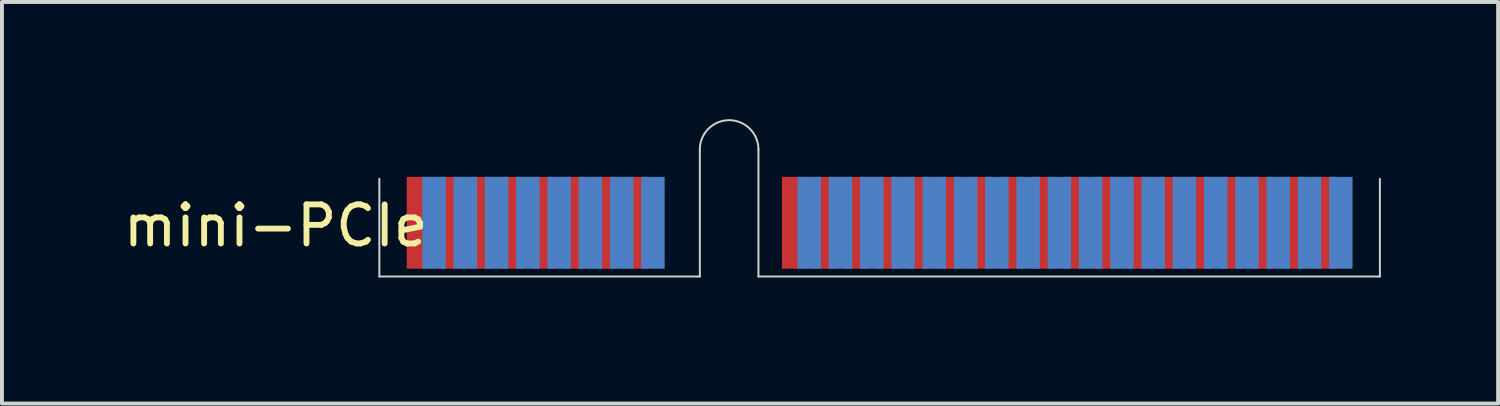
<source format=kicad_pcb>
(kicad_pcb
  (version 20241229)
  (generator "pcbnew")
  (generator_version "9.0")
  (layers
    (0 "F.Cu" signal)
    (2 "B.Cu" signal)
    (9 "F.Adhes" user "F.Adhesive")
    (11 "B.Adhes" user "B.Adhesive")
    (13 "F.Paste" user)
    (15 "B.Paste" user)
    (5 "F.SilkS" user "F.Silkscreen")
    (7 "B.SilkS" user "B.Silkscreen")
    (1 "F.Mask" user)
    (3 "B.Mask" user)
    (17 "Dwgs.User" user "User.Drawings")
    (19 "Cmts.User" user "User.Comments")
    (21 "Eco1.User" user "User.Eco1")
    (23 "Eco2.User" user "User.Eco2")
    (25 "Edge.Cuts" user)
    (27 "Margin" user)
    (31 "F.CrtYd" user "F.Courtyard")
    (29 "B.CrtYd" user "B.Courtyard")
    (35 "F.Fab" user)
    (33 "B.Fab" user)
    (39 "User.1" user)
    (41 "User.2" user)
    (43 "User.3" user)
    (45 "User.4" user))
  (footprint "mini-PCIe"
    (layer "F.Cu")
    (at 15.606 4.025)
    (property "Reference" "mini-PCIe" (at -11.6 -1.3 0) (layer "F.SilkS") (effects (font (size 1 1) (thickness 0.15))))
    (attr through_hole)
    (fp_line (start -8.95 0) (end -8.95 -2.5) (stroke (width 0.05) (type solid)) (layer "Edge.Cuts"))
    (fp_line (start -0.75 0) (end -8.95 0) (stroke (width 0.05) (type solid)) (layer "Edge.Cuts"))
    (fp_line (start -0.75 0) (end -0.75 -3.25) (stroke (width 0.05) (type solid)) (layer "Edge.Cuts"))
    (fp_line (start 0.75 0) (end 0.75 -3.25) (stroke (width 0.05) (type solid)) (layer "Edge.Cuts"))
    (fp_line (start 0.75 0) (end 16.65 0) (stroke (width 0.05) (type solid)) (layer "Edge.Cuts"))
    (fp_line (start 16.65 0) (end 16.65 -2.5) (stroke (width 0.05) (type solid)) (layer "Edge.Cuts"))
    (fp_arc (start -0.75 -3.25) (mid 0 -4) (end 0.75 -3.25) (stroke (width 0.05) (type solid)) (layer "Edge.Cuts"))
    (pad "1" smd rect (at -7.95 -1.375) (size 0.6 2.35) (layers "F.Cu" "F.Mask"))
    (pad "2" smd rect (at -7.55 -1.375) (size 0.6 2.35) (layers "B.Cu" "B.Mask"))
    (pad "3" smd rect (at -7.15 -1.375) (size 0.6 2.35) (layers "F.Cu" "F.Mask"))
    (pad "4" smd rect (at -6.75 -1.375) (size 0.6 2.35) (layers "B.Cu" "B.Mask"))
    (pad "5" smd rect (at -6.35 -1.375) (size 0.6 2.35) (layers "F.Cu" "F.Mask"))
    (pad "6" smd rect (at -5.95 -1.375) (size 0.6 2.35) (layers "B.Cu" "B.Mask"))
    (pad "7" smd rect (at -5.55 -1.375) (size 0.6 2.35) (layers "F.Cu" "F.Mask"))
    (pad "8" smd rect (at -5.15 -1.375) (size 0.6 2.35) (layers "B.Cu" "B.Mask"))
    (pad "9" smd rect (at -4.75 -1.375) (size 0.6 2.35) (layers "F.Cu" "F.Mask"))
    (pad "10" smd rect (at -4.35 -1.375) (size 0.6 2.35) (layers "B.Cu" "B.Mask"))
    (pad "11" smd rect (at -3.95 -1.375) (size 0.6 2.35) (layers "F.Cu" "F.Mask"))
    (pad "12" smd rect (at -3.55 -1.375) (size 0.6 2.35) (layers "B.Cu" "B.Mask"))
    (pad "13" smd rect (at -3.15 -1.375) (size 0.6 2.35) (layers "F.Cu" "F.Mask"))
    (pad "14" smd rect (at -2.75 -1.375) (size 0.6 2.35) (layers "B.Cu" "B.Mask"))
    (pad "15" smd rect (at -2.35 -1.375) (size 0.6 2.35) (layers "F.Cu" "F.Mask"))
    (pad "16" smd rect (at -1.95 -1.375) (size 0.6 2.35) (layers "B.Cu" "B.Mask"))
    (pad "17" smd rect (at 1.65 -1.375) (size 0.6 2.35) (layers "F.Cu" "F.Mask"))
    (pad "18" smd rect (at 2.05 -1.375) (size 0.6 2.35) (layers "B.Cu" "B.Mask"))
    (pad "19" smd rect (at 2.45 -1.375) (size 0.6 2.35) (layers "F.Cu" "F.Mask"))
    (pad "20" smd rect (at 2.85 -1.375) (size 0.6 2.35) (layers "B.Cu" "B.Mask"))
    (pad "21" smd rect (at 3.25 -1.375) (size 0.6 2.35) (layers "F.Cu" "F.Mask"))
    (pad "22" smd rect (at 3.65 -1.375) (size 0.6 2.35) (layers "B.Cu" "B.Mask"))
    (pad "23" smd rect (at 4.05 -1.375) (size 0.6 2.35) (layers "F.Cu" "F.Mask"))
    (pad "24" smd rect (at 4.45 -1.375) (size 0.6 2.35) (layers "B.Cu" "B.Mask"))
    (pad "25" smd rect (at 4.85 -1.375) (size 0.6 2.35) (layers "F.Cu" "F.Mask"))
    (pad "26" smd rect (at 5.25 -1.375) (size 0.6 2.35) (layers "B.Cu" "B.Mask"))
    (pad "27" smd rect (at 5.65 -1.375) (size 0.6 2.35) (layers "F.Cu" "F.Mask"))
    (pad "28" smd rect (at 6.05 -1.375) (size 0.6 2.35) (layers "B.Cu" "B.Mask"))
    (pad "29" smd rect (at 6.45 -1.375) (size 0.6 2.35) (layers "F.Cu" "F.Mask"))
    (pad "30" smd rect (at 6.85 -1.375) (size 0.6 2.35) (layers "B.Cu" "B.Mask"))
    (pad "31" smd rect (at 7.25 -1.375) (size 0.6 2.35) (layers "F.Cu" "F.Mask"))
    (pad "32" smd rect (at 7.65 -1.375) (size 0.6 2.35) (layers "B.Cu" "B.Mask"))
    (pad "33" smd rect (at 8.05 -1.375) (size 0.6 2.35) (layers "F.Cu" "F.Mask"))
    (pad "34" smd rect (at 8.45 -1.375) (size 0.6 2.35) (layers "B.Cu" "B.Mask"))
    (pad "35" smd rect (at 8.85 -1.375) (size 0.6 2.35) (layers "F.Cu" "F.Mask"))
    (pad "36" smd rect (at 9.25 -1.375) (size 0.6 2.35) (layers "B.Cu" "B.Mask"))
    (pad "37" smd rect (at 9.65 -1.375) (size 0.6 2.35) (layers "F.Cu" "F.Mask"))
    (pad "38" smd rect (at 10.05 -1.375) (size 0.6 2.35) (layers "B.Cu" "B.Mask"))
    (pad "39" smd rect (at 10.45 -1.375) (size 0.6 2.35) (layers "F.Cu" "F.Mask"))
    (pad "40" smd rect (at 10.85 -1.375) (size 0.6 2.35) (layers "B.Cu" "B.Mask"))
    (pad "41" smd rect (at 11.25 -1.375) (size 0.6 2.35) (layers "F.Cu" "F.Mask"))
    (pad "42" smd rect (at 11.65 -1.375) (size 0.6 2.35) (layers "B.Cu" "B.Mask"))
    (pad "43" smd rect (at 12.05 -1.375) (size 0.6 2.35) (layers "F.Cu" "F.Mask"))
    (pad "44" smd rect (at 12.45 -1.375) (size 0.6 2.35) (layers "B.Cu" "B.Mask"))
    (pad "45" smd rect (at 12.85 -1.375) (size 0.6 2.35) (layers "F.Cu" "F.Mask"))
    (pad "46" smd rect (at 13.25 -1.375) (size 0.6 2.35) (layers "B.Cu" "B.Mask"))
    (pad "47" smd rect (at 13.65 -1.375) (size 0.6 2.35) (layers "F.Cu" "F.Mask"))
    (pad "48" smd rect (at 14.05 -1.375) (size 0.6 2.35) (layers "B.Cu" "B.Mask"))
    (pad "49" smd rect (at 14.45 -1.375) (size 0.6 2.35) (layers "F.Cu" "F.Mask"))
    (pad "50" smd rect (at 14.85 -1.375) (size 0.6 2.35) (layers "B.Cu" "B.Mask"))
    (pad "51" smd rect (at 15.25 -1.375) (size 0.6 2.35) (layers "F.Cu" "F.Mask"))
    (pad "52" smd rect (at 15.65 -1.375) (size 0.6 2.35) (layers "B.Cu" "B.Mask")))
  (gr_rect
    (start -3 -3)
    (end 35.281 7.275)
    (stroke (width 0.1) (type default))
    (fill no)
    (layer "Edge.Cuts")))
</source>
